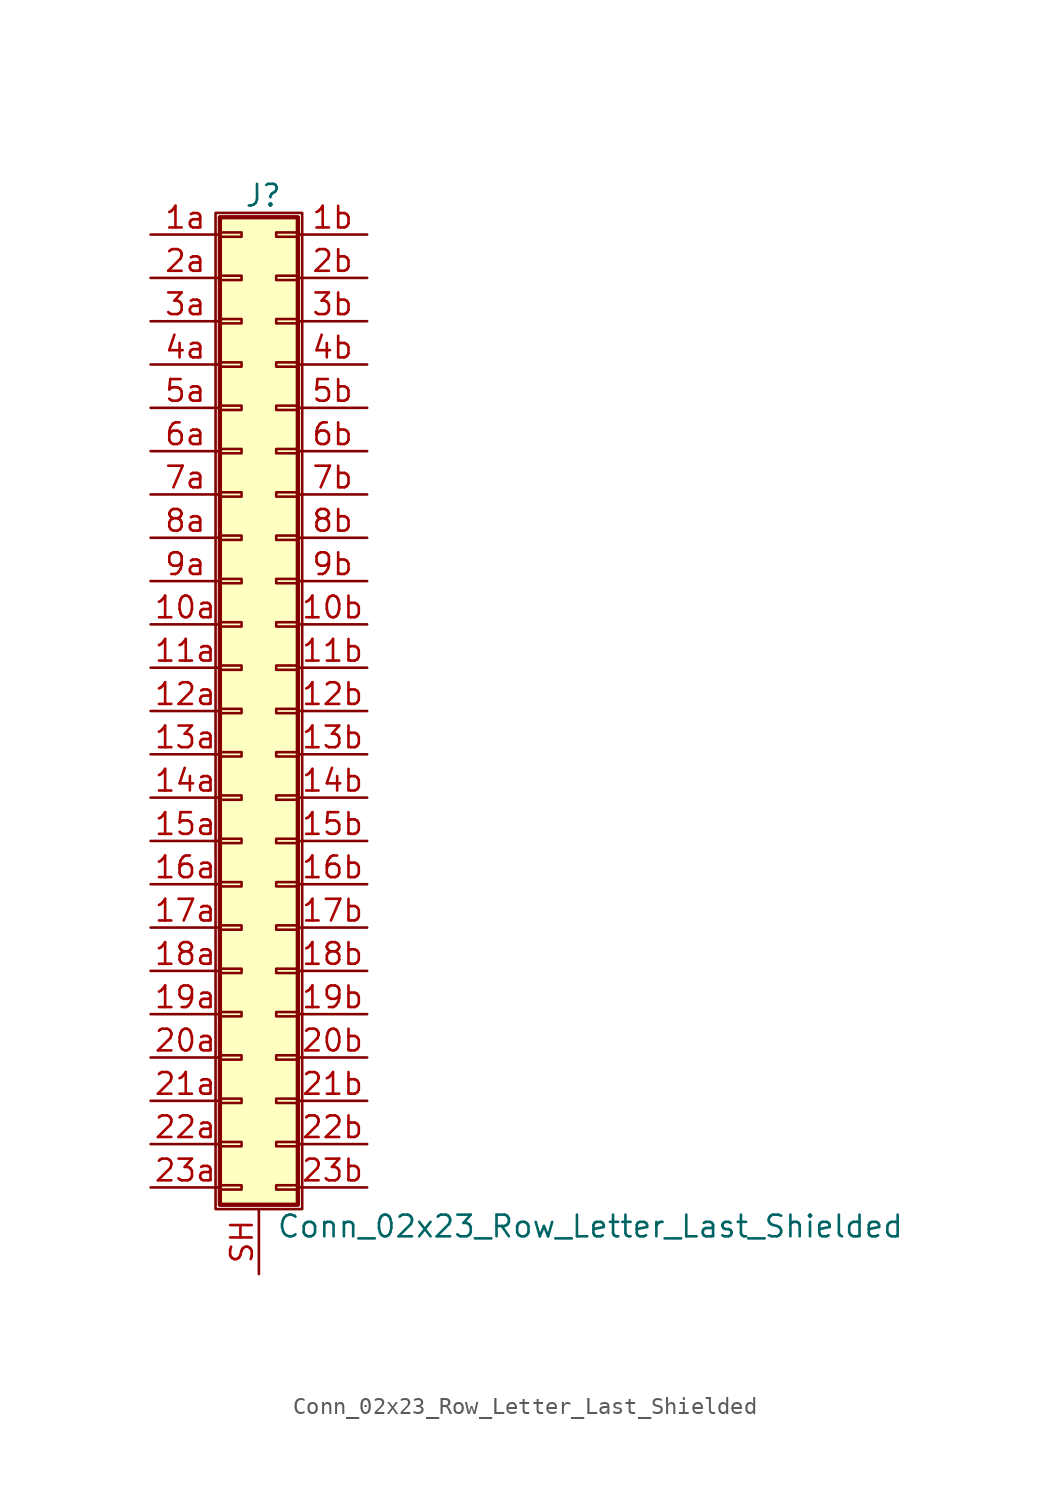
<source format=kicad_sym>
(kicad_symbol_lib
  (version 20201005)
  (generator kicad_symbol_editor)
  (symbol "Conn_02x23_Row_Letter_Last_Shielded"
    (pin_names
      (offset 1.016) hide)
    (property "Reference" "J"
      (at 1.524 30.226 0)
      (effects (font (size 1.27 1.27))))
    (property "Value" "Conn_02x23_Row_Letter_Last_Shielded"
      (at 2.286 -30.226 0)
      (effects (font (size 1.27 1.27)) (justify left)))
    (symbol "Conn_02x23_Row_Letter_Last_Shielded_1_1"
      (rectangle (start -1.27 29.21) (end 3.81 -29.21) (stroke (width 0.152)) (fill (type none)))
      (rectangle (start -1.016 -27.813) (end 0.254 -28.067) (stroke (width 0.152)) (fill (type none)))
      (rectangle (start -1.016 -25.273) (end 0.254 -25.527) (stroke (width 0.152)) (fill (type none)))
      (rectangle (start -1.016 -22.733) (end 0.254 -22.987) (stroke (width 0.152)) (fill (type none)))
      (rectangle (start -1.016 -20.193) (end 0.254 -20.447) (stroke (width 0.152)) (fill (type none)))
      (rectangle (start -1.016 -17.653) (end 0.254 -17.907) (stroke (width 0.152)) (fill (type none)))
      (rectangle (start -1.016 -15.113) (end 0.254 -15.367) (stroke (width 0.152)) (fill (type none)))
      (rectangle (start -1.016 -12.573) (end 0.254 -12.827) (stroke (width 0.152)) (fill (type none)))
      (rectangle (start -1.016 -10.033) (end 0.254 -10.287) (stroke (width 0.152)) (fill (type none)))
      (rectangle (start -1.016 -7.493) (end 0.254 -7.747) (stroke (width 0.152)) (fill (type none)))
      (rectangle (start -1.016 -4.953) (end 0.254 -5.207) (stroke (width 0.152)) (fill (type none)))
      (rectangle (start -1.016 -2.413) (end 0.254 -2.667) (stroke (width 0.152)) (fill (type none)))
      (rectangle (start -1.016 0.127) (end 0.254 -0.127) (stroke (width 0.152)) (fill (type none)))
      (rectangle (start -1.016 2.667) (end 0.254 2.413) (stroke (width 0.152)) (fill (type none)))
      (rectangle (start -1.016 5.207) (end 0.254 4.953) (stroke (width 0.152)) (fill (type none)))
      (rectangle (start -1.016 7.747) (end 0.254 7.493) (stroke (width 0.152)) (fill (type none)))
      (rectangle (start -1.016 10.287) (end 0.254 10.033) (stroke (width 0.152)) (fill (type none)))
      (rectangle (start -1.016 12.827) (end 0.254 12.573) (stroke (width 0.152)) (fill (type none)))
      (rectangle (start -1.016 15.367) (end 0.254 15.113) (stroke (width 0.152)) (fill (type none)))
      (rectangle (start -1.016 17.907) (end 0.254 17.653) (stroke (width 0.152)) (fill (type none)))
      (rectangle (start -1.016 20.447) (end 0.254 20.193) (stroke (width 0.152)) (fill (type none)))
      (rectangle (start -1.016 22.987) (end 0.254 22.733) (stroke (width 0.152)) (fill (type none)))
      (rectangle (start -1.016 25.527) (end 0.254 25.273) (stroke (width 0.152)) (fill (type none)))
      (rectangle (start -1.016 28.067) (end 0.254 27.813) (stroke (width 0.152)) (fill (type none)))
      (rectangle (start -1.016 28.956) (end 3.556 -28.956) (stroke (width 0.254)) (fill (type background)))
      (rectangle (start 3.556 -27.813) (end 2.286 -28.067) (stroke (width 0.152)) (fill (type none)))
      (rectangle (start 3.556 -25.273) (end 2.286 -25.527) (stroke (width 0.152)) (fill (type none)))
      (rectangle (start 3.556 -22.733) (end 2.286 -22.987) (stroke (width 0.152)) (fill (type none)))
      (rectangle (start 3.556 -20.193) (end 2.286 -20.447) (stroke (width 0.152)) (fill (type none)))
      (rectangle (start 3.556 -17.653) (end 2.286 -17.907) (stroke (width 0.152)) (fill (type none)))
      (rectangle (start 3.556 -15.113) (end 2.286 -15.367) (stroke (width 0.152)) (fill (type none)))
      (rectangle (start 3.556 -12.573) (end 2.286 -12.827) (stroke (width 0.152)) (fill (type none)))
      (rectangle (start 3.556 -10.033) (end 2.286 -10.287) (stroke (width 0.152)) (fill (type none)))
      (rectangle (start 3.556 -7.493) (end 2.286 -7.747) (stroke (width 0.152)) (fill (type none)))
      (rectangle (start 3.556 -4.953) (end 2.286 -5.207) (stroke (width 0.152)) (fill (type none)))
      (rectangle (start 3.556 -2.413) (end 2.286 -2.667) (stroke (width 0.152)) (fill (type none)))
      (rectangle (start 3.556 0.127) (end 2.286 -0.127) (stroke (width 0.152)) (fill (type none)))
      (rectangle (start 3.556 2.667) (end 2.286 2.413) (stroke (width 0.152)) (fill (type none)))
      (rectangle (start 3.556 5.207) (end 2.286 4.953) (stroke (width 0.152)) (fill (type none)))
      (rectangle (start 3.556 7.747) (end 2.286 7.493) (stroke (width 0.152)) (fill (type none)))
      (rectangle (start 3.556 10.287) (end 2.286 10.033) (stroke (width 0.152)) (fill (type none)))
      (rectangle (start 3.556 12.827) (end 2.286 12.573) (stroke (width 0.152)) (fill (type none)))
      (rectangle (start 3.556 15.367) (end 2.286 15.113) (stroke (width 0.152)) (fill (type none)))
      (rectangle (start 3.556 17.907) (end 2.286 17.653) (stroke (width 0.152)) (fill (type none)))
      (rectangle (start 3.556 20.447) (end 2.286 20.193) (stroke (width 0.152)) (fill (type none)))
      (rectangle (start 3.556 22.987) (end 2.286 22.733) (stroke (width 0.152)) (fill (type none)))
      (rectangle (start 3.556 25.527) (end 2.286 25.273) (stroke (width 0.152)) (fill (type none)))
      (rectangle (start 3.556 28.067) (end 2.286 27.813) (stroke (width 0.152)) (fill (type none)))
      (pin passive line (at -5.08 5.08 0) (length 4.064) (name "Pin_10a" (effects (font (size 1.27 1.27)))) (number "10a" (effects (font (size 1.27 1.27)))))
      (pin passive line (at 7.62 5.08 180) (length 4.064) (name "Pin_10b" (effects (font (size 1.27 1.27)))) (number "10b" (effects (font (size 1.27 1.27)))))
      (pin passive line (at -5.08 2.54 0) (length 4.064) (name "Pin_11a" (effects (font (size 1.27 1.27)))) (number "11a" (effects (font (size 1.27 1.27)))))
      (pin passive line (at 7.62 2.54 180) (length 4.064) (name "Pin_11b" (effects (font (size 1.27 1.27)))) (number "11b" (effects (font (size 1.27 1.27)))))
      (pin passive line (at -5.08 0 0) (length 4.064) (name "Pin_12a" (effects (font (size 1.27 1.27)))) (number "12a" (effects (font (size 1.27 1.27)))))
      (pin passive line (at 7.62 0 180) (length 4.064) (name "Pin_12b" (effects (font (size 1.27 1.27)))) (number "12b" (effects (font (size 1.27 1.27)))))
      (pin passive line (at -5.08 -2.54 0) (length 4.064) (name "Pin_13a" (effects (font (size 1.27 1.27)))) (number "13a" (effects (font (size 1.27 1.27)))))
      (pin passive line (at 7.62 -2.54 180) (length 4.064) (name "Pin_13b" (effects (font (size 1.27 1.27)))) (number "13b" (effects (font (size 1.27 1.27)))))
      (pin passive line (at -5.08 -5.08 0) (length 4.064) (name "Pin_14a" (effects (font (size 1.27 1.27)))) (number "14a" (effects (font (size 1.27 1.27)))))
      (pin passive line (at 7.62 -5.08 180) (length 4.064) (name "Pin_14b" (effects (font (size 1.27 1.27)))) (number "14b" (effects (font (size 1.27 1.27)))))
      (pin passive line (at -5.08 -7.62 0) (length 4.064) (name "Pin_15a" (effects (font (size 1.27 1.27)))) (number "15a" (effects (font (size 1.27 1.27)))))
      (pin passive line (at 7.62 -7.62 180) (length 4.064) (name "Pin_15b" (effects (font (size 1.27 1.27)))) (number "15b" (effects (font (size 1.27 1.27)))))
      (pin passive line (at -5.08 -10.16 0) (length 4.064) (name "Pin_16a" (effects (font (size 1.27 1.27)))) (number "16a" (effects (font (size 1.27 1.27)))))
      (pin passive line (at 7.62 -10.16 180) (length 4.064) (name "Pin_16b" (effects (font (size 1.27 1.27)))) (number "16b" (effects (font (size 1.27 1.27)))))
      (pin passive line (at -5.08 -12.7 0) (length 4.064) (name "Pin_17a" (effects (font (size 1.27 1.27)))) (number "17a" (effects (font (size 1.27 1.27)))))
      (pin passive line (at 7.62 -12.7 180) (length 4.064) (name "Pin_17b" (effects (font (size 1.27 1.27)))) (number "17b" (effects (font (size 1.27 1.27)))))
      (pin passive line (at -5.08 -15.24 0) (length 4.064) (name "Pin_18a" (effects (font (size 1.27 1.27)))) (number "18a" (effects (font (size 1.27 1.27)))))
      (pin passive line (at 7.62 -15.24 180) (length 4.064) (name "Pin_18b" (effects (font (size 1.27 1.27)))) (number "18b" (effects (font (size 1.27 1.27)))))
      (pin passive line (at -5.08 -17.78 0) (length 4.064) (name "Pin_19a" (effects (font (size 1.27 1.27)))) (number "19a" (effects (font (size 1.27 1.27)))))
      (pin passive line (at 7.62 -17.78 180) (length 4.064) (name "Pin_19b" (effects (font (size 1.27 1.27)))) (number "19b" (effects (font (size 1.27 1.27)))))
      (pin passive line (at -5.08 27.94 0) (length 4.064) (name "Pin_1a" (effects (font (size 1.27 1.27)))) (number "1a" (effects (font (size 1.27 1.27)))))
      (pin passive line (at 7.62 27.94 180) (length 4.064) (name "Pin_1b" (effects (font (size 1.27 1.27)))) (number "1b" (effects (font (size 1.27 1.27)))))
      (pin passive line (at -5.08 -20.32 0) (length 4.064) (name "Pin_20a" (effects (font (size 1.27 1.27)))) (number "20a" (effects (font (size 1.27 1.27)))))
      (pin passive line (at 7.62 -20.32 180) (length 4.064) (name "Pin_20b" (effects (font (size 1.27 1.27)))) (number "20b" (effects (font (size 1.27 1.27)))))
      (pin passive line (at -5.08 -22.86 0) (length 4.064) (name "Pin_21a" (effects (font (size 1.27 1.27)))) (number "21a" (effects (font (size 1.27 1.27)))))
      (pin passive line (at 7.62 -22.86 180) (length 4.064) (name "Pin_21b" (effects (font (size 1.27 1.27)))) (number "21b" (effects (font (size 1.27 1.27)))))
      (pin passive line (at -5.08 -25.4 0) (length 4.064) (name "Pin_22a" (effects (font (size 1.27 1.27)))) (number "22a" (effects (font (size 1.27 1.27)))))
      (pin passive line (at 7.62 -25.4 180) (length 4.064) (name "Pin_22b" (effects (font (size 1.27 1.27)))) (number "22b" (effects (font (size 1.27 1.27)))))
      (pin passive line (at -5.08 -27.94 0) (length 4.064) (name "Pin_23a" (effects (font (size 1.27 1.27)))) (number "23a" (effects (font (size 1.27 1.27)))))
      (pin passive line (at 7.62 -27.94 180) (length 4.064) (name "Pin_23b" (effects (font (size 1.27 1.27)))) (number "23b" (effects (font (size 1.27 1.27)))))
      (pin passive line (at -5.08 25.4 0) (length 4.064) (name "Pin_2a" (effects (font (size 1.27 1.27)))) (number "2a" (effects (font (size 1.27 1.27)))))
      (pin passive line (at 7.62 25.4 180) (length 4.064) (name "Pin_2b" (effects (font (size 1.27 1.27)))) (number "2b" (effects (font (size 1.27 1.27)))))
      (pin passive line (at -5.08 22.86 0) (length 4.064) (name "Pin_3a" (effects (font (size 1.27 1.27)))) (number "3a" (effects (font (size 1.27 1.27)))))
      (pin passive line (at 7.62 22.86 180) (length 4.064) (name "Pin_3b" (effects (font (size 1.27 1.27)))) (number "3b" (effects (font (size 1.27 1.27)))))
      (pin passive line (at -5.08 20.32 0) (length 4.064) (name "Pin_4a" (effects (font (size 1.27 1.27)))) (number "4a" (effects (font (size 1.27 1.27)))))
      (pin passive line (at 7.62 20.32 180) (length 4.064) (name "Pin_4b" (effects (font (size 1.27 1.27)))) (number "4b" (effects (font (size 1.27 1.27)))))
      (pin passive line (at -5.08 17.78 0) (length 4.064) (name "Pin_5a" (effects (font (size 1.27 1.27)))) (number "5a" (effects (font (size 1.27 1.27)))))
      (pin passive line (at 7.62 17.78 180) (length 4.064) (name "Pin_5b" (effects (font (size 1.27 1.27)))) (number "5b" (effects (font (size 1.27 1.27)))))
      (pin passive line (at -5.08 15.24 0) (length 4.064) (name "Pin_6a" (effects (font (size 1.27 1.27)))) (number "6a" (effects (font (size 1.27 1.27)))))
      (pin passive line (at 7.62 15.24 180) (length 4.064) (name "Pin_6b" (effects (font (size 1.27 1.27)))) (number "6b" (effects (font (size 1.27 1.27)))))
      (pin passive line (at -5.08 12.7 0) (length 4.064) (name "Pin_7a" (effects (font (size 1.27 1.27)))) (number "7a" (effects (font (size 1.27 1.27)))))
      (pin passive line (at 7.62 12.7 180) (length 4.064) (name "Pin_7b" (effects (font (size 1.27 1.27)))) (number "7b" (effects (font (size 1.27 1.27)))))
      (pin passive line (at -5.08 10.16 0) (length 4.064) (name "Pin_8a" (effects (font (size 1.27 1.27)))) (number "8a" (effects (font (size 1.27 1.27)))))
      (pin passive line (at 7.62 10.16 180) (length 4.064) (name "Pin_8b" (effects (font (size 1.27 1.27)))) (number "8b" (effects (font (size 1.27 1.27)))))
      (pin passive line (at -5.08 7.62 0) (length 4.064) (name "Pin_9a" (effects (font (size 1.27 1.27)))) (number "9a" (effects (font (size 1.27 1.27)))))
      (pin passive line (at 7.62 7.62 180) (length 4.064) (name "Pin_9b" (effects (font (size 1.27 1.27)))) (number "9b" (effects (font (size 1.27 1.27)))))
      (pin passive line (at 1.27 -33.02 90) (length 3.81) (name "Shield" (effects (font (size 1.27 1.27)))) (number "SH" (effects (font (size 1.27 1.27))))))))
</source>
